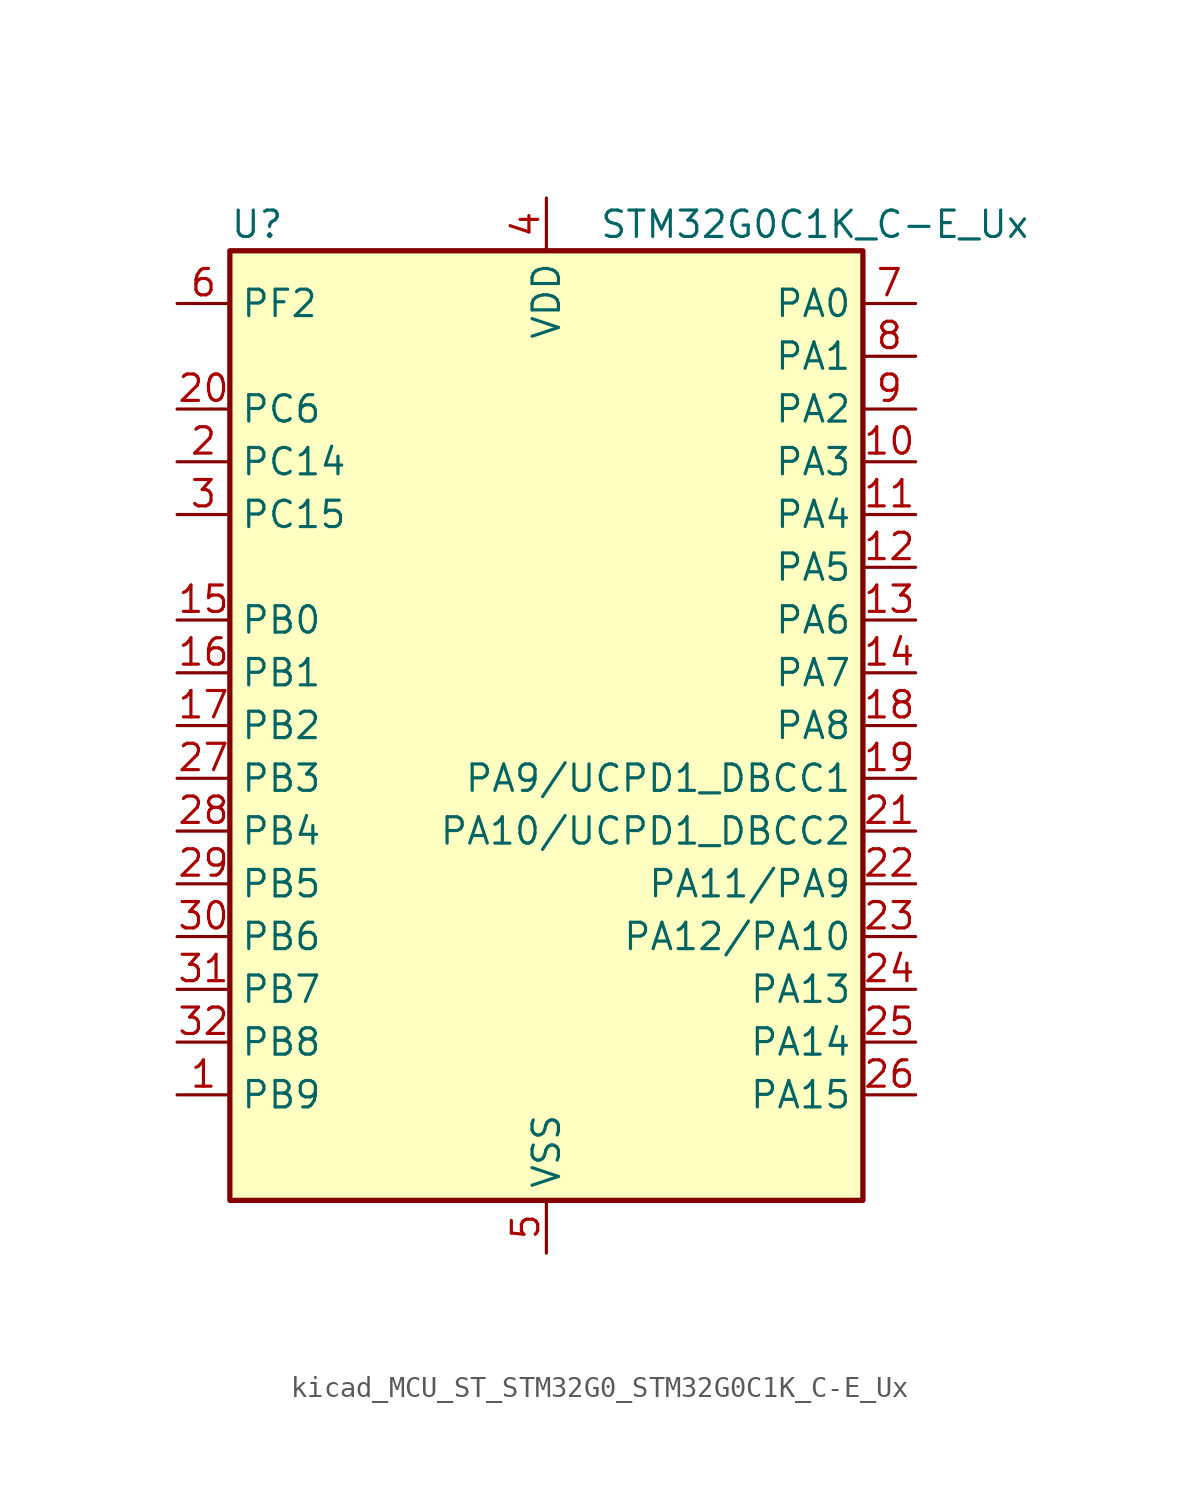
<source format=kicad_sym>
(kicad_symbol_lib
  (version 20220914)
  (generator kicad_symbol_editor)
  (symbol "kicad_MCU_ST_STM32G0_STM32G0C1K_C-E_Ux"
    (property "Reference" "U"
      (at -15.24 24.13 0)
      (effects (font (size 1.27 1.27)) (justify left)))
    (property "Value" "STM32G0C1K_C-E_Ux"
      (at 2.54 24.13 0)
      (effects (font (size 1.27 1.27)) (justify left)))
    (property "ki_locked" ""
      (at 0 0 0)
      (effects (font (size 1.27 1.27))))
    (symbol "kicad_MCU_ST_STM32G0_STM32G0C1K_C-E_Ux_0_1"
      (rectangle (start -15.24 -22.86) (end 15.24 22.86) (stroke (width 0.254) (type default)) (fill (type background))))
    (symbol "kicad_MCU_ST_STM32G0_STM32G0C1K_C-E_Ux_1_1"
      (pin bidirectional line (at -17.78 -17.78 0) (length 2.54) (name "PB9" (effects (font (size 1.27 1.27)))) (number "1" (effects (font (size 1.27 1.27)))) (alternate "DAC1_EXTI9" bidirectional line) (alternate "FDCAN1_TX" bidirectional line) (alternate "I2C1_SDA" bidirectional line) (alternate "I2S2_WS" bidirectional line) (alternate "IR_OUT" bidirectional line) (alternate "SPI2_NSS" bidirectional line) (alternate "TIM17_CH1" bidirectional line) (alternate "TIM4_CH4" bidirectional line) (alternate "USART3_RX" bidirectional line) (alternate "USART6_RX" bidirectional line))
      (pin bidirectional line (at 17.78 12.7 180) (length 2.54) (name "PA3" (effects (font (size 1.27 1.27)))) (number "10" (effects (font (size 1.27 1.27)))) (alternate "ADC1_IN3" bidirectional line) (alternate "COMP2_INP" bidirectional line) (alternate "I2S2_MCK" bidirectional line) (alternate "LPUART1_RX" bidirectional line) (alternate "SPI2_MISO" bidirectional line) (alternate "TIM15_CH2" bidirectional line) (alternate "TIM2_CH4" bidirectional line) (alternate "USART2_RX" bidirectional line))
      (pin bidirectional line (at 17.78 10.16 180) (length 2.54) (name "PA4" (effects (font (size 1.27 1.27)))) (number "11" (effects (font (size 1.27 1.27)))) (alternate "ADC1_IN4" bidirectional line) (alternate "DAC1_OUT1" bidirectional line) (alternate "I2S1_WS" bidirectional line) (alternate "I2S2_SD" bidirectional line) (alternate "LPTIM2_OUT" bidirectional line) (alternate "RTC_OUT1" bidirectional line) (alternate "RTC_TAMP_IN1" bidirectional line) (alternate "RTC_TS" bidirectional line) (alternate "SPI1_NSS" bidirectional line) (alternate "SPI2_MOSI" bidirectional line) (alternate "SPI3_NSS" bidirectional line) (alternate "SYS_WKUP2" bidirectional line) (alternate "TIM14_CH1" bidirectional line) (alternate "USART6_TX" bidirectional line) (alternate "USB_NOE" bidirectional line))
      (pin bidirectional line (at 17.78 7.62 180) (length 2.54) (name "PA5" (effects (font (size 1.27 1.27)))) (number "12" (effects (font (size 1.27 1.27)))) (alternate "ADC1_IN5" bidirectional line) (alternate "CEC" bidirectional line) (alternate "DAC1_OUT2" bidirectional line) (alternate "I2S1_CK" bidirectional line) (alternate "LPTIM2_ETR" bidirectional line) (alternate "SPI1_SCK" bidirectional line) (alternate "TIM2_CH1" bidirectional line) (alternate "TIM2_ETR" bidirectional line) (alternate "UCPD1_FRSTX1" bidirectional line) (alternate "UCPD1_FRSTX2" bidirectional line) (alternate "USART3_TX" bidirectional line) (alternate "USART6_RX" bidirectional line))
      (pin bidirectional line (at 17.78 5.08 180) (length 2.54) (name "PA6" (effects (font (size 1.27 1.27)))) (number "13" (effects (font (size 1.27 1.27)))) (alternate "ADC1_IN6" bidirectional line) (alternate "COMP1_OUT" bidirectional line) (alternate "I2C2_SDA" bidirectional line) (alternate "I2C3_SDA" bidirectional line) (alternate "I2S1_MCK" bidirectional line) (alternate "LPUART1_CTS" bidirectional line) (alternate "SPI1_MISO" bidirectional line) (alternate "TIM16_CH1" bidirectional line) (alternate "TIM1_BK" bidirectional line) (alternate "TIM3_CH1" bidirectional line) (alternate "USART3_CTS" bidirectional line) (alternate "USART3_NSS" bidirectional line) (alternate "USART6_CTS" bidirectional line) (alternate "USART6_NSS" bidirectional line))
      (pin bidirectional line (at 17.78 2.54 180) (length 2.54) (name "PA7" (effects (font (size 1.27 1.27)))) (number "14" (effects (font (size 1.27 1.27)))) (alternate "ADC1_IN7" bidirectional line) (alternate "COMP2_OUT" bidirectional line) (alternate "I2C2_SCL" bidirectional line) (alternate "I2C3_SCL" bidirectional line) (alternate "I2S1_SD" bidirectional line) (alternate "SPI1_MOSI" bidirectional line) (alternate "TIM14_CH1" bidirectional line) (alternate "TIM17_CH1" bidirectional line) (alternate "TIM1_CH1N" bidirectional line) (alternate "TIM3_CH2" bidirectional line) (alternate "UCPD1_FRSTX1" bidirectional line) (alternate "UCPD1_FRSTX2" bidirectional line) (alternate "USART6_CK" bidirectional line) (alternate "USART6_DE" bidirectional line) (alternate "USART6_RTS" bidirectional line))
      (pin bidirectional line (at -17.78 5.08 0) (length 2.54) (name "PB0" (effects (font (size 1.27 1.27)))) (number "15" (effects (font (size 1.27 1.27)))) (alternate "ADC1_IN8" bidirectional line) (alternate "COMP1_OUT" bidirectional line) (alternate "COMP3_INP" bidirectional line) (alternate "FDCAN2_RX" bidirectional line) (alternate "I2S1_WS" bidirectional line) (alternate "LPTIM1_OUT" bidirectional line) (alternate "LPUART2_CTS" bidirectional line) (alternate "SPI1_NSS" bidirectional line) (alternate "TIM1_CH2N" bidirectional line) (alternate "TIM3_CH3" bidirectional line) (alternate "UCPD1_FRSTX1" bidirectional line) (alternate "UCPD1_FRSTX2" bidirectional line) (alternate "USART3_RX" bidirectional line) (alternate "USART5_TX" bidirectional line))
      (pin bidirectional line (at -17.78 2.54 0) (length 2.54) (name "PB1" (effects (font (size 1.27 1.27)))) (number "16" (effects (font (size 1.27 1.27)))) (alternate "ADC1_IN9" bidirectional line) (alternate "COMP1_INM" bidirectional line) (alternate "COMP3_OUT" bidirectional line) (alternate "FDCAN2_TX" bidirectional line) (alternate "LPTIM2_IN1" bidirectional line) (alternate "LPUART1_DE" bidirectional line) (alternate "LPUART1_RTS" bidirectional line) (alternate "LPUART2_DE" bidirectional line) (alternate "LPUART2_RTS" bidirectional line) (alternate "TIM14_CH1" bidirectional line) (alternate "TIM1_CH3N" bidirectional line) (alternate "TIM3_CH4" bidirectional line) (alternate "USART3_CK" bidirectional line) (alternate "USART3_DE" bidirectional line) (alternate "USART3_RTS" bidirectional line) (alternate "USART5_RX" bidirectional line))
      (pin bidirectional line (at -17.78 0 0) (length 2.54) (name "PB2" (effects (font (size 1.27 1.27)))) (number "17" (effects (font (size 1.27 1.27)))) (alternate "ADC1_IN10" bidirectional line) (alternate "COMP1_INP" bidirectional line) (alternate "COMP3_INM" bidirectional line) (alternate "I2S2_MCK" bidirectional line) (alternate "LPTIM1_OUT" bidirectional line) (alternate "RCC_MCO_2" bidirectional line) (alternate "SPI2_MISO" bidirectional line) (alternate "USART3_TX" bidirectional line))
      (pin bidirectional line (at 17.78 0 180) (length 2.54) (name "PA8" (effects (font (size 1.27 1.27)))) (number "18" (effects (font (size 1.27 1.27)))) (alternate "CRS1_SYNC" bidirectional line) (alternate "I2C2_SMBA" bidirectional line) (alternate "I2S2_WS" bidirectional line) (alternate "LPTIM2_OUT" bidirectional line) (alternate "RCC_MCO" bidirectional line) (alternate "SPI2_NSS" bidirectional line) (alternate "TIM1_CH1" bidirectional line) (alternate "UCPD1_CC1" bidirectional line))
      (pin bidirectional line (at 17.78 -2.54 180) (length 2.54) (name "PA9/UCPD1_DBCC1" (effects (font (size 1.27 1.27)))) (number "19" (effects (font (size 1.27 1.27)))) (alternate "DAC1_EXTI9" bidirectional line) (alternate "I2C1_SCL" bidirectional line) (alternate "I2C2_SCL" bidirectional line) (alternate "I2S2_MCK" bidirectional line) (alternate "RCC_MCO" bidirectional line) (alternate "SPI2_MISO" bidirectional line) (alternate "TIM15_BK" bidirectional line) (alternate "TIM1_CH2" bidirectional line) (alternate "UCPD1_DBCC1" bidirectional line) (alternate "USART1_TX" bidirectional line))
      (pin bidirectional line (at -17.78 12.7 0) (length 2.54) (name "PC14" (effects (font (size 1.27 1.27)))) (number "2" (effects (font (size 1.27 1.27)))) (alternate "RCC_OSC32_IN" bidirectional line) (alternate "RCC_OSC_IN" bidirectional line) (alternate "TIM1_BK2" bidirectional line))
      (pin bidirectional line (at -17.78 15.24 0) (length 2.54) (name "PC6" (effects (font (size 1.27 1.27)))) (number "20" (effects (font (size 1.27 1.27)))) (alternate "LPUART2_TX" bidirectional line) (alternate "TIM2_CH3" bidirectional line) (alternate "TIM3_CH1" bidirectional line) (alternate "UCPD1_FRSTX1" bidirectional line) (alternate "UCPD1_FRSTX2" bidirectional line))
      (pin bidirectional line (at 17.78 -5.08 180) (length 2.54) (name "PA10/UCPD1_DBCC2" (effects (font (size 1.27 1.27)))) (number "21" (effects (font (size 1.27 1.27)))) (alternate "I2C1_SDA" bidirectional line) (alternate "I2C2_SDA" bidirectional line) (alternate "I2S2_SD" bidirectional line) (alternate "RCC_MCO_2" bidirectional line) (alternate "SPI2_MOSI" bidirectional line) (alternate "TIM17_BK" bidirectional line) (alternate "TIM1_CH3" bidirectional line) (alternate "UCPD1_DBCC2" bidirectional line) (alternate "USART1_RX" bidirectional line))
      (pin bidirectional line (at 17.78 -7.62 180) (length 2.54) (name "PA11/PA9" (effects (font (size 1.27 1.27)))) (number "22" (effects (font (size 1.27 1.27)))) (alternate "ADC1_EXTI11" bidirectional line) (alternate "COMP1_OUT" bidirectional line) (alternate "FDCAN1_RX" bidirectional line) (alternate "I2C2_SCL" bidirectional line) (alternate "I2S1_MCK" bidirectional line) (alternate "SPI1_MISO" bidirectional line) (alternate "TIM1_BK2" bidirectional line) (alternate "TIM1_CH4" bidirectional line) (alternate "USART1_CTS" bidirectional line) (alternate "USART1_NSS" bidirectional line) (alternate "USB_DM" bidirectional line))
      (pin bidirectional line (at 17.78 -10.16 180) (length 2.54) (name "PA12/PA10" (effects (font (size 1.27 1.27)))) (number "23" (effects (font (size 1.27 1.27)))) (alternate "COMP2_OUT" bidirectional line) (alternate "FDCAN1_TX" bidirectional line) (alternate "I2C2_SDA" bidirectional line) (alternate "I2S1_SD" bidirectional line) (alternate "I2S_CKIN" bidirectional line) (alternate "SPI1_MOSI" bidirectional line) (alternate "TIM1_ETR" bidirectional line) (alternate "USART1_CK" bidirectional line) (alternate "USART1_DE" bidirectional line) (alternate "USART1_RTS" bidirectional line) (alternate "USB_DP" bidirectional line))
      (pin bidirectional line (at 17.78 -12.7 180) (length 2.54) (name "PA13" (effects (font (size 1.27 1.27)))) (number "24" (effects (font (size 1.27 1.27)))) (alternate "IR_OUT" bidirectional line) (alternate "LPUART2_RX" bidirectional line) (alternate "SYS_SWDIO" bidirectional line) (alternate "USB_NOE" bidirectional line))
      (pin bidirectional line (at 17.78 -15.24 180) (length 2.54) (name "PA14" (effects (font (size 1.27 1.27)))) (number "25" (effects (font (size 1.27 1.27)))) (alternate "LPUART2_TX" bidirectional line) (alternate "SYS_SWCLK" bidirectional line) (alternate "USART2_TX" bidirectional line))
      (pin bidirectional line (at 17.78 -17.78 180) (length 2.54) (name "PA15" (effects (font (size 1.27 1.27)))) (number "26" (effects (font (size 1.27 1.27)))) (alternate "I2C2_SMBA" bidirectional line) (alternate "I2S1_WS" bidirectional line) (alternate "RCC_MCO_2" bidirectional line) (alternate "SPI1_NSS" bidirectional line) (alternate "SPI3_NSS" bidirectional line) (alternate "TIM2_CH1" bidirectional line) (alternate "TIM2_ETR" bidirectional line) (alternate "USART2_RX" bidirectional line) (alternate "USART3_CK" bidirectional line) (alternate "USART3_DE" bidirectional line) (alternate "USART3_RTS" bidirectional line) (alternate "USART4_CK" bidirectional line) (alternate "USART4_DE" bidirectional line) (alternate "USART4_RTS" bidirectional line) (alternate "USB_NOE" bidirectional line))
      (pin bidirectional line (at -17.78 -2.54 0) (length 2.54) (name "PB3" (effects (font (size 1.27 1.27)))) (number "27" (effects (font (size 1.27 1.27)))) (alternate "COMP2_INM" bidirectional line) (alternate "I2C2_SCL" bidirectional line) (alternate "I2C3_SCL" bidirectional line) (alternate "I2S1_CK" bidirectional line) (alternate "SPI1_SCK" bidirectional line) (alternate "SPI3_SCK" bidirectional line) (alternate "TIM1_CH2" bidirectional line) (alternate "TIM2_CH2" bidirectional line) (alternate "USART1_CK" bidirectional line) (alternate "USART1_DE" bidirectional line) (alternate "USART1_RTS" bidirectional line) (alternate "USART5_TX" bidirectional line))
      (pin bidirectional line (at -17.78 -5.08 0) (length 2.54) (name "PB4" (effects (font (size 1.27 1.27)))) (number "28" (effects (font (size 1.27 1.27)))) (alternate "COMP2_INP" bidirectional line) (alternate "I2C2_SDA" bidirectional line) (alternate "I2C3_SDA" bidirectional line) (alternate "I2S1_MCK" bidirectional line) (alternate "SPI1_MISO" bidirectional line) (alternate "SPI3_MISO" bidirectional line) (alternate "TIM17_BK" bidirectional line) (alternate "TIM3_CH1" bidirectional line) (alternate "USART1_CTS" bidirectional line) (alternate "USART1_NSS" bidirectional line) (alternate "USART5_RX" bidirectional line))
      (pin bidirectional line (at -17.78 -7.62 0) (length 2.54) (name "PB5" (effects (font (size 1.27 1.27)))) (number "29" (effects (font (size 1.27 1.27)))) (alternate "COMP2_OUT" bidirectional line) (alternate "FDCAN2_RX" bidirectional line) (alternate "I2C1_SMBA" bidirectional line) (alternate "I2S1_SD" bidirectional line) (alternate "LPTIM1_IN1" bidirectional line) (alternate "SPI1_MOSI" bidirectional line) (alternate "SPI3_MOSI" bidirectional line) (alternate "SYS_WKUP6" bidirectional line) (alternate "TIM16_BK" bidirectional line) (alternate "TIM3_CH2" bidirectional line) (alternate "USART5_CK" bidirectional line) (alternate "USART5_DE" bidirectional line) (alternate "USART5_RTS" bidirectional line))
      (pin bidirectional line (at -17.78 10.16 0) (length 2.54) (name "PC15" (effects (font (size 1.27 1.27)))) (number "3" (effects (font (size 1.27 1.27)))) (alternate "RCC_OSC32_EN" bidirectional line) (alternate "RCC_OSC32_OUT" bidirectional line) (alternate "RCC_OSC_EN" bidirectional line) (alternate "TIM15_BK" bidirectional line))
      (pin bidirectional line (at -17.78 -10.16 0) (length 2.54) (name "PB6" (effects (font (size 1.27 1.27)))) (number "30" (effects (font (size 1.27 1.27)))) (alternate "COMP2_INP" bidirectional line) (alternate "FDCAN2_TX" bidirectional line) (alternate "I2C1_SCL" bidirectional line) (alternate "I2S2_MCK" bidirectional line) (alternate "LPTIM1_ETR" bidirectional line) (alternate "LPUART2_TX" bidirectional line) (alternate "SPI2_MISO" bidirectional line) (alternate "TIM16_CH1N" bidirectional line) (alternate "TIM1_CH3" bidirectional line) (alternate "TIM4_CH1" bidirectional line) (alternate "USART1_TX" bidirectional line) (alternate "USART5_CTS" bidirectional line) (alternate "USART5_NSS" bidirectional line))
      (pin bidirectional line (at -17.78 -12.7 0) (length 2.54) (name "PB7" (effects (font (size 1.27 1.27)))) (number "31" (effects (font (size 1.27 1.27)))) (alternate "COMP2_INM" bidirectional line) (alternate "I2C1_SDA" bidirectional line) (alternate "I2S2_SD" bidirectional line) (alternate "LPTIM1_IN2" bidirectional line) (alternate "LPUART2_RX" bidirectional line) (alternate "SPI2_MOSI" bidirectional line) (alternate "SYS_PVD_IN" bidirectional line) (alternate "TIM17_CH1N" bidirectional line) (alternate "TIM4_CH2" bidirectional line) (alternate "USART1_RX" bidirectional line) (alternate "USART4_CTS" bidirectional line) (alternate "USART4_NSS" bidirectional line))
      (pin bidirectional line (at -17.78 -15.24 0) (length 2.54) (name "PB8" (effects (font (size 1.27 1.27)))) (number "32" (effects (font (size 1.27 1.27)))) (alternate "CEC" bidirectional line) (alternate "FDCAN1_RX" bidirectional line) (alternate "I2C1_SCL" bidirectional line) (alternate "I2S2_CK" bidirectional line) (alternate "SPI2_SCK" bidirectional line) (alternate "TIM15_BK" bidirectional line) (alternate "TIM16_CH1" bidirectional line) (alternate "TIM4_CH3" bidirectional line) (alternate "USART3_TX" bidirectional line) (alternate "USART6_TX" bidirectional line))
      (pin passive line (at 0 -25.4 90) (length 2.54) hide (name "VSS" (effects (font (size 1.27 1.27)))) (number "33" (effects (font (size 1.27 1.27)))))
      (pin power_in line (at 0 25.4 270) (length 2.54) (name "VDD" (effects (font (size 1.27 1.27)))) (number "4" (effects (font (size 1.27 1.27)))))
      (pin power_in line (at 0 -25.4 90) (length 2.54) (name "VSS" (effects (font (size 1.27 1.27)))) (number "5" (effects (font (size 1.27 1.27)))))
      (pin bidirectional line (at -17.78 20.32 0) (length 2.54) (name "PF2" (effects (font (size 1.27 1.27)))) (number "6" (effects (font (size 1.27 1.27)))) (alternate "LPUART2_DE" bidirectional line) (alternate "LPUART2_RTS" bidirectional line) (alternate "LPUART2_TX" bidirectional line) (alternate "RCC_MCO" bidirectional line))
      (pin bidirectional line (at 17.78 20.32 180) (length 2.54) (name "PA0" (effects (font (size 1.27 1.27)))) (number "7" (effects (font (size 1.27 1.27)))) (alternate "ADC1_IN0" bidirectional line) (alternate "COMP1_INM" bidirectional line) (alternate "COMP1_OUT" bidirectional line) (alternate "I2S2_CK" bidirectional line) (alternate "LPTIM1_OUT" bidirectional line) (alternate "RTC_TAMP_IN2" bidirectional line) (alternate "SPI2_SCK" bidirectional line) (alternate "SYS_WKUP1" bidirectional line) (alternate "TIM2_CH1" bidirectional line) (alternate "TIM2_ETR" bidirectional line) (alternate "USART2_CTS" bidirectional line) (alternate "USART2_NSS" bidirectional line) (alternate "USART4_TX" bidirectional line))
      (pin bidirectional line (at 17.78 17.78 180) (length 2.54) (name "PA1" (effects (font (size 1.27 1.27)))) (number "8" (effects (font (size 1.27 1.27)))) (alternate "ADC1_IN1" bidirectional line) (alternate "COMP1_INP" bidirectional line) (alternate "I2C1_SMBA" bidirectional line) (alternate "I2S1_CK" bidirectional line) (alternate "SPI1_SCK" bidirectional line) (alternate "TIM15_CH1N" bidirectional line) (alternate "TIM2_CH2" bidirectional line) (alternate "USART2_CK" bidirectional line) (alternate "USART2_DE" bidirectional line) (alternate "USART2_RTS" bidirectional line) (alternate "USART4_RX" bidirectional line))
      (pin bidirectional line (at 17.78 15.24 180) (length 2.54) (name "PA2" (effects (font (size 1.27 1.27)))) (number "9" (effects (font (size 1.27 1.27)))) (alternate "ADC1_IN2" bidirectional line) (alternate "COMP2_INM" bidirectional line) (alternate "COMP2_OUT" bidirectional line) (alternate "I2S1_SD" bidirectional line) (alternate "LPUART1_TX" bidirectional line) (alternate "RCC_LSCO" bidirectional line) (alternate "SPI1_MOSI" bidirectional line) (alternate "SYS_WKUP4" bidirectional line) (alternate "TIM15_CH1" bidirectional line) (alternate "TIM2_CH3" bidirectional line) (alternate "UCPD1_FRSTX1" bidirectional line) (alternate "UCPD1_FRSTX2" bidirectional line) (alternate "USART2_TX" bidirectional line)))))
</source>
